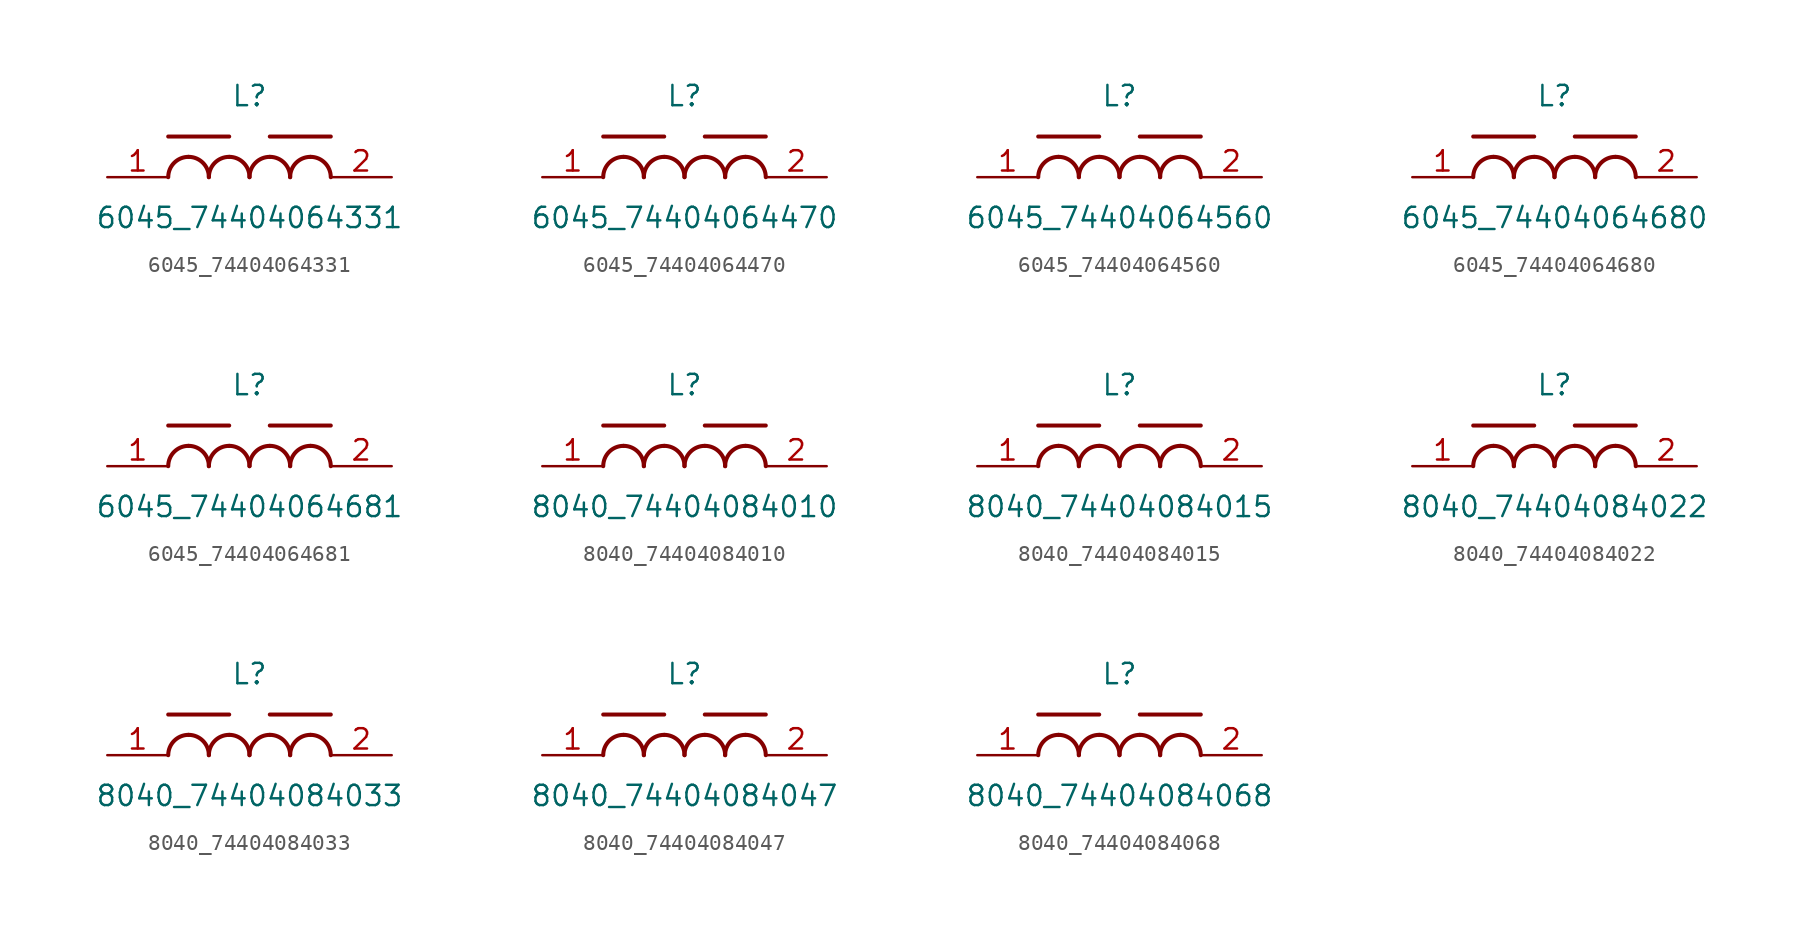
<source format=kicad_sym>
(kicad_symbol_lib
  (version 20211014)
  (generator kicad_symbol_editor)
  (symbol "Inductor_Wurth_WE-LQS:6045_74404064331"
    (pin_names hide)
    (property "Reference" "L"
      (at 0 5.08 0)
      (effects (font (size 1.27 1.27))))
    (property "Value" "6045_74404064331"
      (at 0 -2.54 0)
      (effects (font (size 1.27 1.27))))
    (symbol "6045_74404064331_0_1"
      (arc (start -3.81 1.27) (mid -4.708 0.898) (end -5.08 0) (stroke (width 0.254) (type default) (color 0 0 0 0)) (fill (type none)))
      (arc (start -2.54 0) (mid -2.912 0.898) (end -3.81 1.27) (stroke (width 0.254) (type default) (color 0 0 0 0)) (fill (type none)))
      (arc (start -1.2699 1.2701) (mid -2.1679 0.8981) (end -2.5399 0.0001) (stroke (width 0.254) (type default) (color 0 0 0 0)) (fill (type none)))
      (polyline (pts (xy -5.08 2.54) (xy -1.27 2.54)) (stroke (width 0.254) (type default) (color 0 0 0 0)) (fill (type none)))
      (polyline (pts (xy 5.08 2.54) (xy 1.27 2.54)) (stroke (width 0.254) (type default) (color 0 0 0 0)) (fill (type none)))
      (arc (start 0.0001 0.0001) (mid -0.3719 0.8981) (end -1.2699 1.2701) (stroke (width 0.254) (type default) (color 0 0 0 0)) (fill (type none)))
      (arc (start 1.2701 1.2701) (mid 0.3721 0.8981) (end 0.0001 0.0001) (stroke (width 0.254) (type default) (color 0 0 0 0)) (fill (type none)))
      (arc (start 2.5401 0.0001) (mid 2.1681 0.8981) (end 1.2701 1.2701) (stroke (width 0.254) (type default) (color 0 0 0 0)) (fill (type none)))
      (arc (start 3.8101 1.2701) (mid 2.9121 0.8981) (end 2.5401 0.0001) (stroke (width 0.254) (type default) (color 0 0 0 0)) (fill (type none)))
      (arc (start 5.0801 0.0001) (mid 4.7081 0.8981) (end 3.8101 1.2701) (stroke (width 0.254) (type default) (color 0 0 0 0)) (fill (type none))))
    (symbol "6045_74404064331_1_1"
      (pin passive line (at -8.89 0 0) (length 3.81) (name "1" (effects (font (size 1.27 1.27)))) (number "1" (effects (font (size 1.27 1.27)))))
      (pin passive line (at 8.89 0 180) (length 3.81) (name "2" (effects (font (size 1.27 1.27)))) (number "2" (effects (font (size 1.27 1.27)))))))
  (symbol "Inductor_Wurth_WE-LQS:6045_74404064470"
    (pin_names hide)
    (property "Reference" "L"
      (at 0 5.08 0)
      (effects (font (size 1.27 1.27))))
    (property "Value" "6045_74404064470"
      (at 0 -2.54 0)
      (effects (font (size 1.27 1.27))))
    (symbol "6045_74404064470_0_1"
      (arc (start -3.81 1.27) (mid -4.708 0.898) (end -5.08 0) (stroke (width 0.254) (type default) (color 0 0 0 0)) (fill (type none)))
      (arc (start -2.54 0) (mid -2.912 0.898) (end -3.81 1.27) (stroke (width 0.254) (type default) (color 0 0 0 0)) (fill (type none)))
      (arc (start -1.2699 1.2701) (mid -2.1679 0.8981) (end -2.5399 0.0001) (stroke (width 0.254) (type default) (color 0 0 0 0)) (fill (type none)))
      (polyline (pts (xy -5.08 2.54) (xy -1.27 2.54)) (stroke (width 0.254) (type default) (color 0 0 0 0)) (fill (type none)))
      (polyline (pts (xy 5.08 2.54) (xy 1.27 2.54)) (stroke (width 0.254) (type default) (color 0 0 0 0)) (fill (type none)))
      (arc (start 0.0001 0.0001) (mid -0.3719 0.8981) (end -1.2699 1.2701) (stroke (width 0.254) (type default) (color 0 0 0 0)) (fill (type none)))
      (arc (start 1.2701 1.2701) (mid 0.3721 0.8981) (end 0.0001 0.0001) (stroke (width 0.254) (type default) (color 0 0 0 0)) (fill (type none)))
      (arc (start 2.5401 0.0001) (mid 2.1681 0.8981) (end 1.2701 1.2701) (stroke (width 0.254) (type default) (color 0 0 0 0)) (fill (type none)))
      (arc (start 3.8101 1.2701) (mid 2.9121 0.8981) (end 2.5401 0.0001) (stroke (width 0.254) (type default) (color 0 0 0 0)) (fill (type none)))
      (arc (start 5.0801 0.0001) (mid 4.7081 0.8981) (end 3.8101 1.2701) (stroke (width 0.254) (type default) (color 0 0 0 0)) (fill (type none))))
    (symbol "6045_74404064470_1_1"
      (pin passive line (at -8.89 0 0) (length 3.81) (name "1" (effects (font (size 1.27 1.27)))) (number "1" (effects (font (size 1.27 1.27)))))
      (pin passive line (at 8.89 0 180) (length 3.81) (name "2" (effects (font (size 1.27 1.27)))) (number "2" (effects (font (size 1.27 1.27)))))))
  (symbol "Inductor_Wurth_WE-LQS:6045_74404064560"
    (pin_names hide)
    (property "Reference" "L"
      (at 0 5.08 0)
      (effects (font (size 1.27 1.27))))
    (property "Value" "6045_74404064560"
      (at 0 -2.54 0)
      (effects (font (size 1.27 1.27))))
    (symbol "6045_74404064560_0_1"
      (arc (start -3.81 1.27) (mid -4.708 0.898) (end -5.08 0) (stroke (width 0.254) (type default) (color 0 0 0 0)) (fill (type none)))
      (arc (start -2.54 0) (mid -2.912 0.898) (end -3.81 1.27) (stroke (width 0.254) (type default) (color 0 0 0 0)) (fill (type none)))
      (arc (start -1.2699 1.2701) (mid -2.1679 0.8981) (end -2.5399 0.0001) (stroke (width 0.254) (type default) (color 0 0 0 0)) (fill (type none)))
      (polyline (pts (xy -5.08 2.54) (xy -1.27 2.54)) (stroke (width 0.254) (type default) (color 0 0 0 0)) (fill (type none)))
      (polyline (pts (xy 5.08 2.54) (xy 1.27 2.54)) (stroke (width 0.254) (type default) (color 0 0 0 0)) (fill (type none)))
      (arc (start 0.0001 0.0001) (mid -0.3719 0.8981) (end -1.2699 1.2701) (stroke (width 0.254) (type default) (color 0 0 0 0)) (fill (type none)))
      (arc (start 1.2701 1.2701) (mid 0.3721 0.8981) (end 0.0001 0.0001) (stroke (width 0.254) (type default) (color 0 0 0 0)) (fill (type none)))
      (arc (start 2.5401 0.0001) (mid 2.1681 0.8981) (end 1.2701 1.2701) (stroke (width 0.254) (type default) (color 0 0 0 0)) (fill (type none)))
      (arc (start 3.8101 1.2701) (mid 2.9121 0.8981) (end 2.5401 0.0001) (stroke (width 0.254) (type default) (color 0 0 0 0)) (fill (type none)))
      (arc (start 5.0801 0.0001) (mid 4.7081 0.8981) (end 3.8101 1.2701) (stroke (width 0.254) (type default) (color 0 0 0 0)) (fill (type none))))
    (symbol "6045_74404064560_1_1"
      (pin passive line (at -8.89 0 0) (length 3.81) (name "1" (effects (font (size 1.27 1.27)))) (number "1" (effects (font (size 1.27 1.27)))))
      (pin passive line (at 8.89 0 180) (length 3.81) (name "2" (effects (font (size 1.27 1.27)))) (number "2" (effects (font (size 1.27 1.27)))))))
  (symbol "Inductor_Wurth_WE-LQS:6045_74404064680"
    (pin_names hide)
    (property "Reference" "L"
      (at 0 5.08 0)
      (effects (font (size 1.27 1.27))))
    (property "Value" "6045_74404064680"
      (at 0 -2.54 0)
      (effects (font (size 1.27 1.27))))
    (symbol "6045_74404064680_0_1"
      (arc (start -3.81 1.27) (mid -4.708 0.898) (end -5.08 0) (stroke (width 0.254) (type default) (color 0 0 0 0)) (fill (type none)))
      (arc (start -2.54 0) (mid -2.912 0.898) (end -3.81 1.27) (stroke (width 0.254) (type default) (color 0 0 0 0)) (fill (type none)))
      (arc (start -1.2699 1.2701) (mid -2.1679 0.8981) (end -2.5399 0.0001) (stroke (width 0.254) (type default) (color 0 0 0 0)) (fill (type none)))
      (polyline (pts (xy -5.08 2.54) (xy -1.27 2.54)) (stroke (width 0.254) (type default) (color 0 0 0 0)) (fill (type none)))
      (polyline (pts (xy 5.08 2.54) (xy 1.27 2.54)) (stroke (width 0.254) (type default) (color 0 0 0 0)) (fill (type none)))
      (arc (start 0.0001 0.0001) (mid -0.3719 0.8981) (end -1.2699 1.2701) (stroke (width 0.254) (type default) (color 0 0 0 0)) (fill (type none)))
      (arc (start 1.2701 1.2701) (mid 0.3721 0.8981) (end 0.0001 0.0001) (stroke (width 0.254) (type default) (color 0 0 0 0)) (fill (type none)))
      (arc (start 2.5401 0.0001) (mid 2.1681 0.8981) (end 1.2701 1.2701) (stroke (width 0.254) (type default) (color 0 0 0 0)) (fill (type none)))
      (arc (start 3.8101 1.2701) (mid 2.9121 0.8981) (end 2.5401 0.0001) (stroke (width 0.254) (type default) (color 0 0 0 0)) (fill (type none)))
      (arc (start 5.0801 0.0001) (mid 4.7081 0.8981) (end 3.8101 1.2701) (stroke (width 0.254) (type default) (color 0 0 0 0)) (fill (type none))))
    (symbol "6045_74404064680_1_1"
      (pin passive line (at -8.89 0 0) (length 3.81) (name "1" (effects (font (size 1.27 1.27)))) (number "1" (effects (font (size 1.27 1.27)))))
      (pin passive line (at 8.89 0 180) (length 3.81) (name "2" (effects (font (size 1.27 1.27)))) (number "2" (effects (font (size 1.27 1.27)))))))
  (symbol "Inductor_Wurth_WE-LQS:6045_74404064681"
    (pin_names hide)
    (property "Reference" "L"
      (at 0 5.08 0)
      (effects (font (size 1.27 1.27))))
    (property "Value" "6045_74404064681"
      (at 0 -2.54 0)
      (effects (font (size 1.27 1.27))))
    (symbol "6045_74404064681_0_1"
      (arc (start -3.81 1.27) (mid -4.708 0.898) (end -5.08 0) (stroke (width 0.254) (type default) (color 0 0 0 0)) (fill (type none)))
      (arc (start -2.54 0) (mid -2.912 0.898) (end -3.81 1.27) (stroke (width 0.254) (type default) (color 0 0 0 0)) (fill (type none)))
      (arc (start -1.2699 1.2701) (mid -2.1679 0.8981) (end -2.5399 0.0001) (stroke (width 0.254) (type default) (color 0 0 0 0)) (fill (type none)))
      (polyline (pts (xy -5.08 2.54) (xy -1.27 2.54)) (stroke (width 0.254) (type default) (color 0 0 0 0)) (fill (type none)))
      (polyline (pts (xy 5.08 2.54) (xy 1.27 2.54)) (stroke (width 0.254) (type default) (color 0 0 0 0)) (fill (type none)))
      (arc (start 0.0001 0.0001) (mid -0.3719 0.8981) (end -1.2699 1.2701) (stroke (width 0.254) (type default) (color 0 0 0 0)) (fill (type none)))
      (arc (start 1.2701 1.2701) (mid 0.3721 0.8981) (end 0.0001 0.0001) (stroke (width 0.254) (type default) (color 0 0 0 0)) (fill (type none)))
      (arc (start 2.5401 0.0001) (mid 2.1681 0.8981) (end 1.2701 1.2701) (stroke (width 0.254) (type default) (color 0 0 0 0)) (fill (type none)))
      (arc (start 3.8101 1.2701) (mid 2.9121 0.8981) (end 2.5401 0.0001) (stroke (width 0.254) (type default) (color 0 0 0 0)) (fill (type none)))
      (arc (start 5.0801 0.0001) (mid 4.7081 0.8981) (end 3.8101 1.2701) (stroke (width 0.254) (type default) (color 0 0 0 0)) (fill (type none))))
    (symbol "6045_74404064681_1_1"
      (pin passive line (at -8.89 0 0) (length 3.81) (name "1" (effects (font (size 1.27 1.27)))) (number "1" (effects (font (size 1.27 1.27)))))
      (pin passive line (at 8.89 0 180) (length 3.81) (name "2" (effects (font (size 1.27 1.27)))) (number "2" (effects (font (size 1.27 1.27)))))))
  (symbol "Inductor_Wurth_WE-LQS:8040_74404084010"
    (pin_names hide)
    (property "Reference" "L"
      (at 0 5.08 0)
      (effects (font (size 1.27 1.27))))
    (property "Value" "8040_74404084010"
      (at 0 -2.54 0)
      (effects (font (size 1.27 1.27))))
    (symbol "8040_74404084010_0_1"
      (arc (start -3.81 1.27) (mid -4.708 0.898) (end -5.08 0) (stroke (width 0.254) (type default) (color 0 0 0 0)) (fill (type none)))
      (arc (start -2.54 0) (mid -2.912 0.898) (end -3.81 1.27) (stroke (width 0.254) (type default) (color 0 0 0 0)) (fill (type none)))
      (arc (start -1.2699 1.2701) (mid -2.1679 0.8981) (end -2.5399 0.0001) (stroke (width 0.254) (type default) (color 0 0 0 0)) (fill (type none)))
      (polyline (pts (xy -5.08 2.54) (xy -1.27 2.54)) (stroke (width 0.254) (type default) (color 0 0 0 0)) (fill (type none)))
      (polyline (pts (xy 5.08 2.54) (xy 1.27 2.54)) (stroke (width 0.254) (type default) (color 0 0 0 0)) (fill (type none)))
      (arc (start 0.0001 0.0001) (mid -0.3719 0.8981) (end -1.2699 1.2701) (stroke (width 0.254) (type default) (color 0 0 0 0)) (fill (type none)))
      (arc (start 1.2701 1.2701) (mid 0.3721 0.8981) (end 0.0001 0.0001) (stroke (width 0.254) (type default) (color 0 0 0 0)) (fill (type none)))
      (arc (start 2.5401 0.0001) (mid 2.1681 0.8981) (end 1.2701 1.2701) (stroke (width 0.254) (type default) (color 0 0 0 0)) (fill (type none)))
      (arc (start 3.8101 1.2701) (mid 2.9121 0.8981) (end 2.5401 0.0001) (stroke (width 0.254) (type default) (color 0 0 0 0)) (fill (type none)))
      (arc (start 5.0801 0.0001) (mid 4.7081 0.8981) (end 3.8101 1.2701) (stroke (width 0.254) (type default) (color 0 0 0 0)) (fill (type none))))
    (symbol "8040_74404084010_1_1"
      (pin passive line (at -8.89 0 0) (length 3.81) (name "1" (effects (font (size 1.27 1.27)))) (number "1" (effects (font (size 1.27 1.27)))))
      (pin passive line (at 8.89 0 180) (length 3.81) (name "2" (effects (font (size 1.27 1.27)))) (number "2" (effects (font (size 1.27 1.27)))))))
  (symbol "Inductor_Wurth_WE-LQS:8040_74404084015"
    (pin_names hide)
    (property "Reference" "L"
      (at 0 5.08 0)
      (effects (font (size 1.27 1.27))))
    (property "Value" "8040_74404084015"
      (at 0 -2.54 0)
      (effects (font (size 1.27 1.27))))
    (symbol "8040_74404084015_0_1"
      (arc (start -3.81 1.27) (mid -4.708 0.898) (end -5.08 0) (stroke (width 0.254) (type default) (color 0 0 0 0)) (fill (type none)))
      (arc (start -2.54 0) (mid -2.912 0.898) (end -3.81 1.27) (stroke (width 0.254) (type default) (color 0 0 0 0)) (fill (type none)))
      (arc (start -1.2699 1.2701) (mid -2.1679 0.8981) (end -2.5399 0.0001) (stroke (width 0.254) (type default) (color 0 0 0 0)) (fill (type none)))
      (polyline (pts (xy -5.08 2.54) (xy -1.27 2.54)) (stroke (width 0.254) (type default) (color 0 0 0 0)) (fill (type none)))
      (polyline (pts (xy 5.08 2.54) (xy 1.27 2.54)) (stroke (width 0.254) (type default) (color 0 0 0 0)) (fill (type none)))
      (arc (start 0.0001 0.0001) (mid -0.3719 0.8981) (end -1.2699 1.2701) (stroke (width 0.254) (type default) (color 0 0 0 0)) (fill (type none)))
      (arc (start 1.2701 1.2701) (mid 0.3721 0.8981) (end 0.0001 0.0001) (stroke (width 0.254) (type default) (color 0 0 0 0)) (fill (type none)))
      (arc (start 2.5401 0.0001) (mid 2.1681 0.8981) (end 1.2701 1.2701) (stroke (width 0.254) (type default) (color 0 0 0 0)) (fill (type none)))
      (arc (start 3.8101 1.2701) (mid 2.9121 0.8981) (end 2.5401 0.0001) (stroke (width 0.254) (type default) (color 0 0 0 0)) (fill (type none)))
      (arc (start 5.0801 0.0001) (mid 4.7081 0.8981) (end 3.8101 1.2701) (stroke (width 0.254) (type default) (color 0 0 0 0)) (fill (type none))))
    (symbol "8040_74404084015_1_1"
      (pin passive line (at -8.89 0 0) (length 3.81) (name "1" (effects (font (size 1.27 1.27)))) (number "1" (effects (font (size 1.27 1.27)))))
      (pin passive line (at 8.89 0 180) (length 3.81) (name "2" (effects (font (size 1.27 1.27)))) (number "2" (effects (font (size 1.27 1.27)))))))
  (symbol "Inductor_Wurth_WE-LQS:8040_74404084022"
    (pin_names hide)
    (property "Reference" "L"
      (at 0 5.08 0)
      (effects (font (size 1.27 1.27))))
    (property "Value" "8040_74404084022"
      (at 0 -2.54 0)
      (effects (font (size 1.27 1.27))))
    (symbol "8040_74404084022_0_1"
      (arc (start -3.81 1.27) (mid -4.708 0.898) (end -5.08 0) (stroke (width 0.254) (type default) (color 0 0 0 0)) (fill (type none)))
      (arc (start -2.54 0) (mid -2.912 0.898) (end -3.81 1.27) (stroke (width 0.254) (type default) (color 0 0 0 0)) (fill (type none)))
      (arc (start -1.2699 1.2701) (mid -2.1679 0.8981) (end -2.5399 0.0001) (stroke (width 0.254) (type default) (color 0 0 0 0)) (fill (type none)))
      (polyline (pts (xy -5.08 2.54) (xy -1.27 2.54)) (stroke (width 0.254) (type default) (color 0 0 0 0)) (fill (type none)))
      (polyline (pts (xy 5.08 2.54) (xy 1.27 2.54)) (stroke (width 0.254) (type default) (color 0 0 0 0)) (fill (type none)))
      (arc (start 0.0001 0.0001) (mid -0.3719 0.8981) (end -1.2699 1.2701) (stroke (width 0.254) (type default) (color 0 0 0 0)) (fill (type none)))
      (arc (start 1.2701 1.2701) (mid 0.3721 0.8981) (end 0.0001 0.0001) (stroke (width 0.254) (type default) (color 0 0 0 0)) (fill (type none)))
      (arc (start 2.5401 0.0001) (mid 2.1681 0.8981) (end 1.2701 1.2701) (stroke (width 0.254) (type default) (color 0 0 0 0)) (fill (type none)))
      (arc (start 3.8101 1.2701) (mid 2.9121 0.8981) (end 2.5401 0.0001) (stroke (width 0.254) (type default) (color 0 0 0 0)) (fill (type none)))
      (arc (start 5.0801 0.0001) (mid 4.7081 0.8981) (end 3.8101 1.2701) (stroke (width 0.254) (type default) (color 0 0 0 0)) (fill (type none))))
    (symbol "8040_74404084022_1_1"
      (pin passive line (at -8.89 0 0) (length 3.81) (name "1" (effects (font (size 1.27 1.27)))) (number "1" (effects (font (size 1.27 1.27)))))
      (pin passive line (at 8.89 0 180) (length 3.81) (name "2" (effects (font (size 1.27 1.27)))) (number "2" (effects (font (size 1.27 1.27)))))))
  (symbol "Inductor_Wurth_WE-LQS:8040_74404084033"
    (pin_names hide)
    (property "Reference" "L"
      (at 0 5.08 0)
      (effects (font (size 1.27 1.27))))
    (property "Value" "8040_74404084033"
      (at 0 -2.54 0)
      (effects (font (size 1.27 1.27))))
    (symbol "8040_74404084033_0_1"
      (arc (start -3.81 1.27) (mid -4.708 0.898) (end -5.08 0) (stroke (width 0.254) (type default) (color 0 0 0 0)) (fill (type none)))
      (arc (start -2.54 0) (mid -2.912 0.898) (end -3.81 1.27) (stroke (width 0.254) (type default) (color 0 0 0 0)) (fill (type none)))
      (arc (start -1.2699 1.2701) (mid -2.1679 0.8981) (end -2.5399 0.0001) (stroke (width 0.254) (type default) (color 0 0 0 0)) (fill (type none)))
      (polyline (pts (xy -5.08 2.54) (xy -1.27 2.54)) (stroke (width 0.254) (type default) (color 0 0 0 0)) (fill (type none)))
      (polyline (pts (xy 5.08 2.54) (xy 1.27 2.54)) (stroke (width 0.254) (type default) (color 0 0 0 0)) (fill (type none)))
      (arc (start 0.0001 0.0001) (mid -0.3719 0.8981) (end -1.2699 1.2701) (stroke (width 0.254) (type default) (color 0 0 0 0)) (fill (type none)))
      (arc (start 1.2701 1.2701) (mid 0.3721 0.8981) (end 0.0001 0.0001) (stroke (width 0.254) (type default) (color 0 0 0 0)) (fill (type none)))
      (arc (start 2.5401 0.0001) (mid 2.1681 0.8981) (end 1.2701 1.2701) (stroke (width 0.254) (type default) (color 0 0 0 0)) (fill (type none)))
      (arc (start 3.8101 1.2701) (mid 2.9121 0.8981) (end 2.5401 0.0001) (stroke (width 0.254) (type default) (color 0 0 0 0)) (fill (type none)))
      (arc (start 5.0801 0.0001) (mid 4.7081 0.8981) (end 3.8101 1.2701) (stroke (width 0.254) (type default) (color 0 0 0 0)) (fill (type none))))
    (symbol "8040_74404084033_1_1"
      (pin passive line (at -8.89 0 0) (length 3.81) (name "1" (effects (font (size 1.27 1.27)))) (number "1" (effects (font (size 1.27 1.27)))))
      (pin passive line (at 8.89 0 180) (length 3.81) (name "2" (effects (font (size 1.27 1.27)))) (number "2" (effects (font (size 1.27 1.27)))))))
  (symbol "Inductor_Wurth_WE-LQS:8040_74404084047"
    (pin_names hide)
    (property "Reference" "L"
      (at 0 5.08 0)
      (effects (font (size 1.27 1.27))))
    (property "Value" "8040_74404084047"
      (at 0 -2.54 0)
      (effects (font (size 1.27 1.27))))
    (symbol "8040_74404084047_0_1"
      (arc (start -3.81 1.27) (mid -4.708 0.898) (end -5.08 0) (stroke (width 0.254) (type default) (color 0 0 0 0)) (fill (type none)))
      (arc (start -2.54 0) (mid -2.912 0.898) (end -3.81 1.27) (stroke (width 0.254) (type default) (color 0 0 0 0)) (fill (type none)))
      (arc (start -1.2699 1.2701) (mid -2.1679 0.8981) (end -2.5399 0.0001) (stroke (width 0.254) (type default) (color 0 0 0 0)) (fill (type none)))
      (polyline (pts (xy -5.08 2.54) (xy -1.27 2.54)) (stroke (width 0.254) (type default) (color 0 0 0 0)) (fill (type none)))
      (polyline (pts (xy 5.08 2.54) (xy 1.27 2.54)) (stroke (width 0.254) (type default) (color 0 0 0 0)) (fill (type none)))
      (arc (start 0.0001 0.0001) (mid -0.3719 0.8981) (end -1.2699 1.2701) (stroke (width 0.254) (type default) (color 0 0 0 0)) (fill (type none)))
      (arc (start 1.2701 1.2701) (mid 0.3721 0.8981) (end 0.0001 0.0001) (stroke (width 0.254) (type default) (color 0 0 0 0)) (fill (type none)))
      (arc (start 2.5401 0.0001) (mid 2.1681 0.8981) (end 1.2701 1.2701) (stroke (width 0.254) (type default) (color 0 0 0 0)) (fill (type none)))
      (arc (start 3.8101 1.2701) (mid 2.9121 0.8981) (end 2.5401 0.0001) (stroke (width 0.254) (type default) (color 0 0 0 0)) (fill (type none)))
      (arc (start 5.0801 0.0001) (mid 4.7081 0.8981) (end 3.8101 1.2701) (stroke (width 0.254) (type default) (color 0 0 0 0)) (fill (type none))))
    (symbol "8040_74404084047_1_1"
      (pin passive line (at -8.89 0 0) (length 3.81) (name "1" (effects (font (size 1.27 1.27)))) (number "1" (effects (font (size 1.27 1.27)))))
      (pin passive line (at 8.89 0 180) (length 3.81) (name "2" (effects (font (size 1.27 1.27)))) (number "2" (effects (font (size 1.27 1.27)))))))
  (symbol "Inductor_Wurth_WE-LQS:8040_74404084068"
    (pin_names hide)
    (property "Reference" "L"
      (at 0 5.08 0)
      (effects (font (size 1.27 1.27))))
    (property "Value" "8040_74404084068"
      (at 0 -2.54 0)
      (effects (font (size 1.27 1.27))))
    (symbol "8040_74404084068_0_1"
      (arc (start -3.81 1.27) (mid -4.708 0.898) (end -5.08 0) (stroke (width 0.254) (type default) (color 0 0 0 0)) (fill (type none)))
      (arc (start -2.54 0) (mid -2.912 0.898) (end -3.81 1.27) (stroke (width 0.254) (type default) (color 0 0 0 0)) (fill (type none)))
      (arc (start -1.2699 1.2701) (mid -2.1679 0.8981) (end -2.5399 0.0001) (stroke (width 0.254) (type default) (color 0 0 0 0)) (fill (type none)))
      (polyline (pts (xy -5.08 2.54) (xy -1.27 2.54)) (stroke (width 0.254) (type default) (color 0 0 0 0)) (fill (type none)))
      (polyline (pts (xy 5.08 2.54) (xy 1.27 2.54)) (stroke (width 0.254) (type default) (color 0 0 0 0)) (fill (type none)))
      (arc (start 0.0001 0.0001) (mid -0.3719 0.8981) (end -1.2699 1.2701) (stroke (width 0.254) (type default) (color 0 0 0 0)) (fill (type none)))
      (arc (start 1.2701 1.2701) (mid 0.3721 0.8981) (end 0.0001 0.0001) (stroke (width 0.254) (type default) (color 0 0 0 0)) (fill (type none)))
      (arc (start 2.5401 0.0001) (mid 2.1681 0.8981) (end 1.2701 1.2701) (stroke (width 0.254) (type default) (color 0 0 0 0)) (fill (type none)))
      (arc (start 3.8101 1.2701) (mid 2.9121 0.8981) (end 2.5401 0.0001) (stroke (width 0.254) (type default) (color 0 0 0 0)) (fill (type none)))
      (arc (start 5.0801 0.0001) (mid 4.7081 0.8981) (end 3.8101 1.2701) (stroke (width 0.254) (type default) (color 0 0 0 0)) (fill (type none))))
    (symbol "8040_74404084068_1_1"
      (pin passive line (at -8.89 0 0) (length 3.81) (name "1" (effects (font (size 1.27 1.27)))) (number "1" (effects (font (size 1.27 1.27)))))
      (pin passive line (at 8.89 0 180) (length 3.81) (name "2" (effects (font (size 1.27 1.27)))) (number "2" (effects (font (size 1.27 1.27))))))))
</source>
